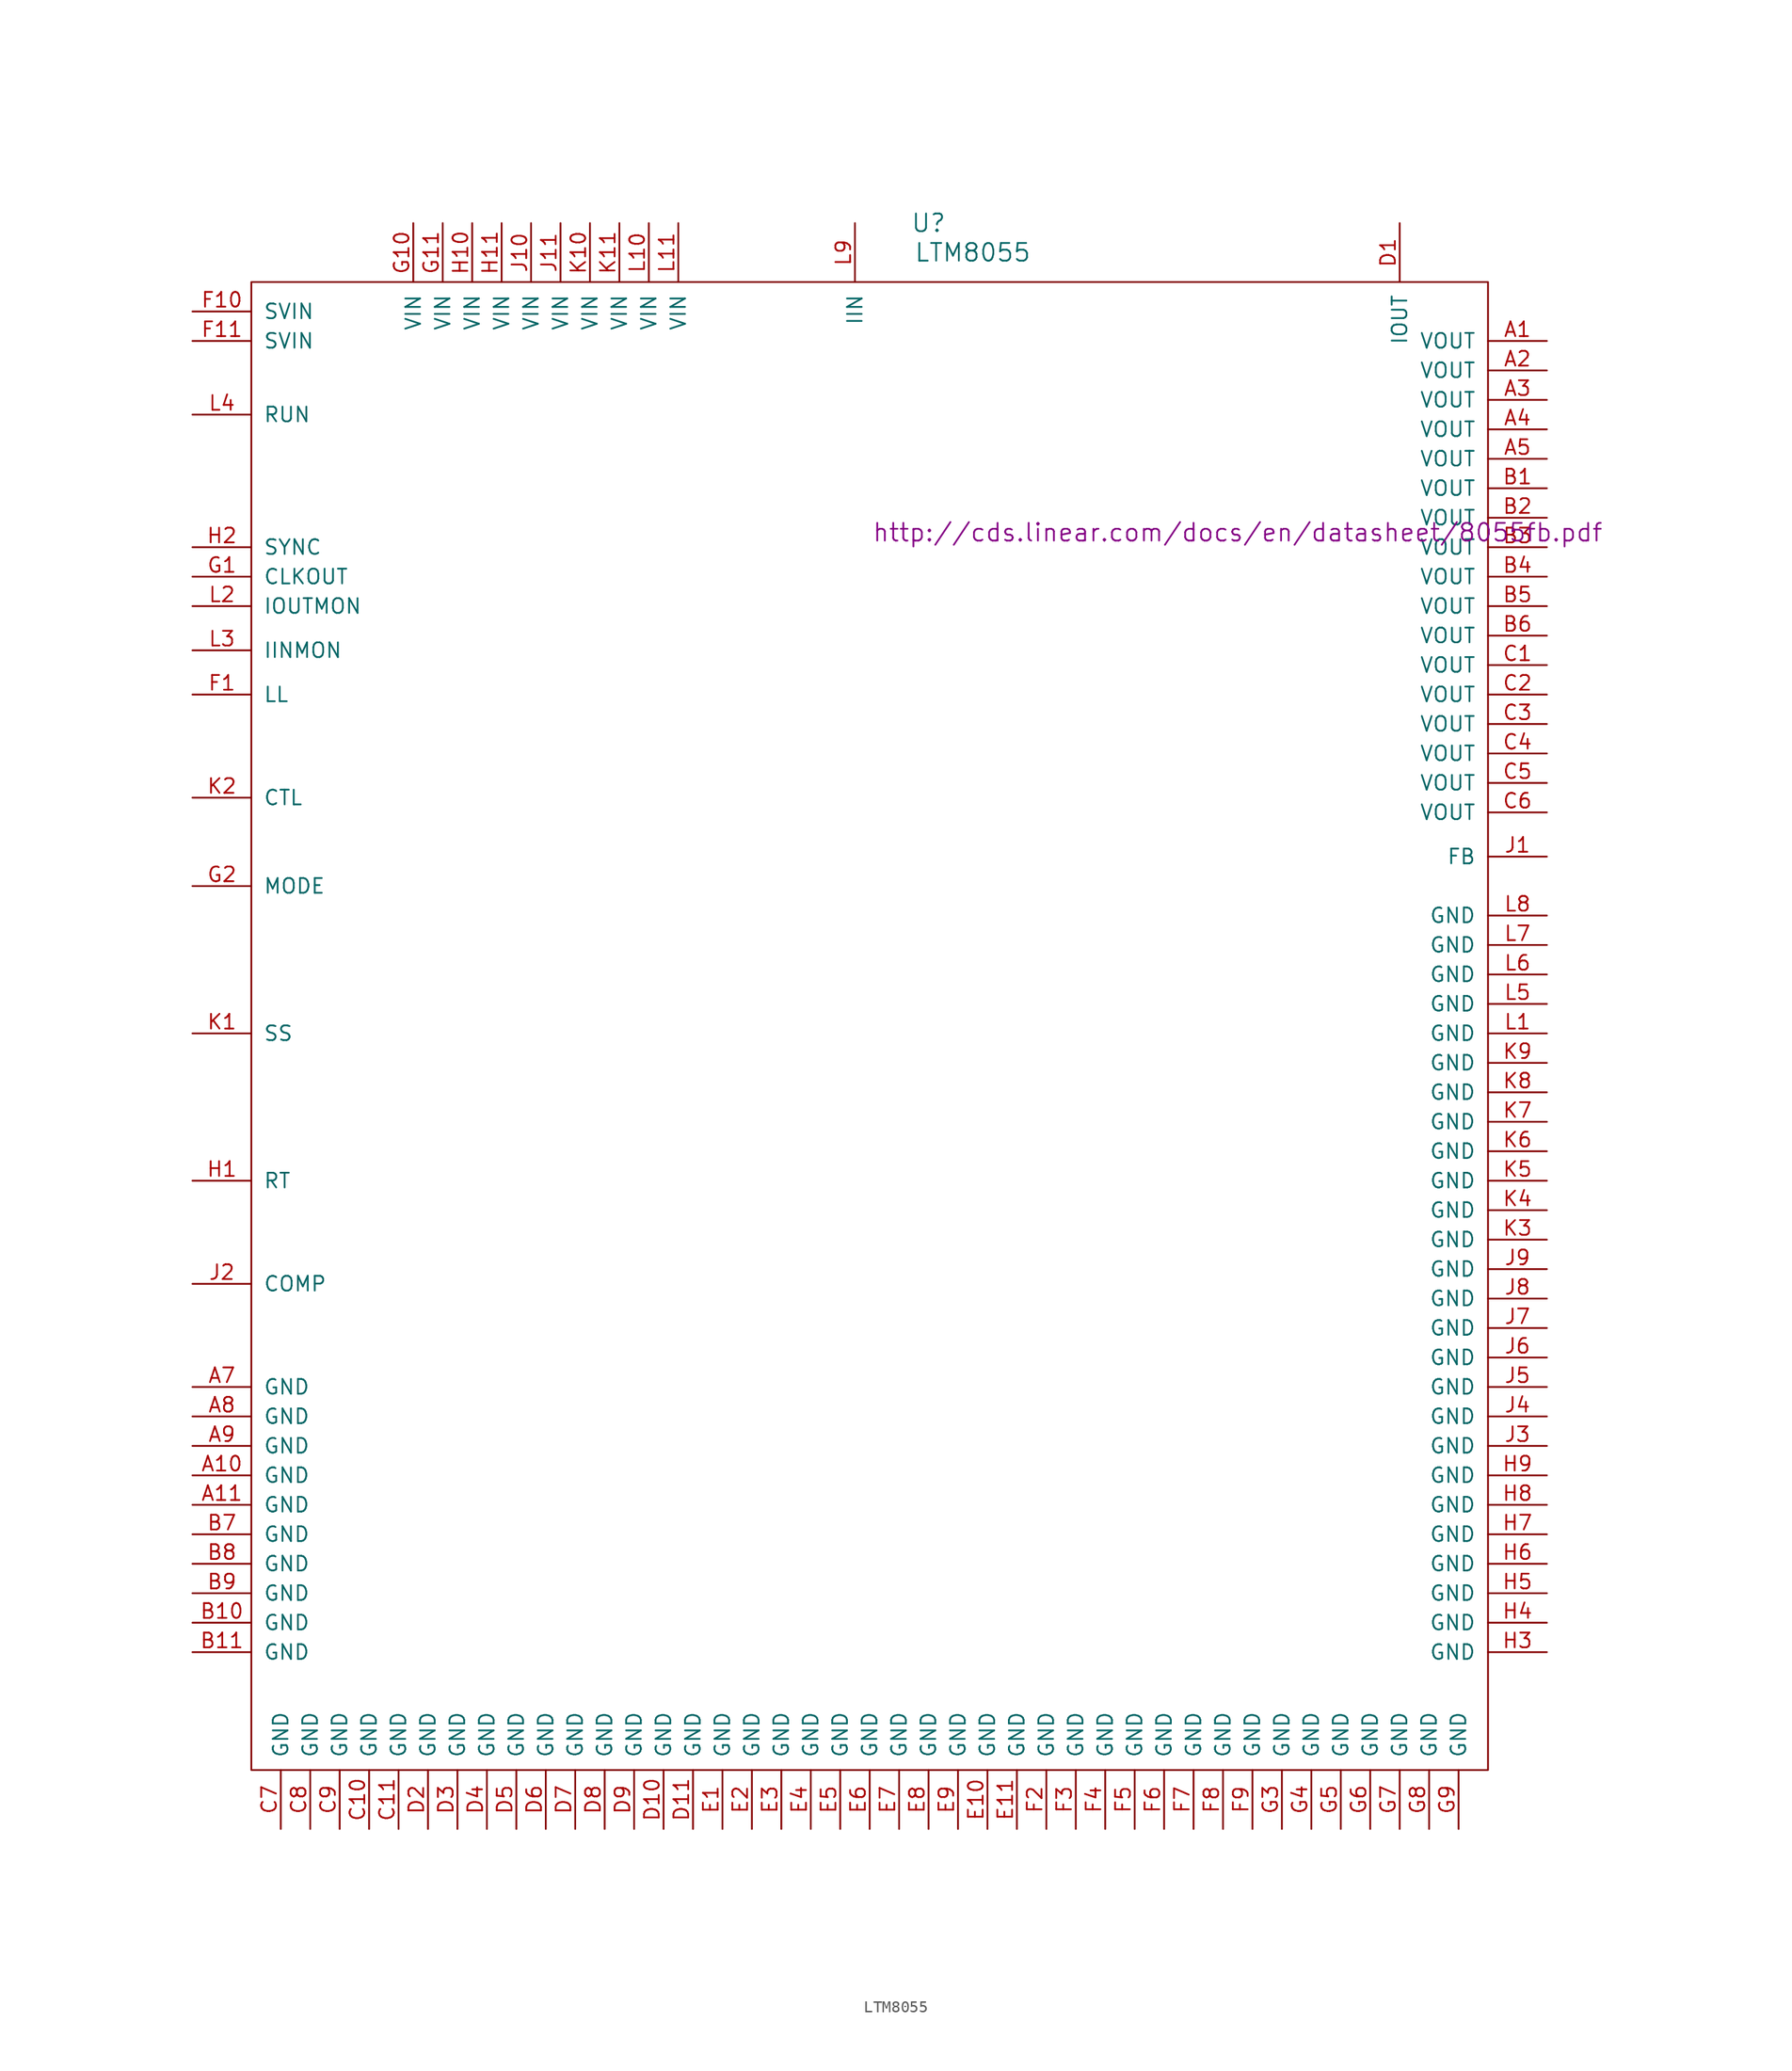
<source format=kicad_sym>
(kicad_symbol_lib
  (version 20220914)
  (generator kicad_symbol_editor)
  (symbol "LTM8055"
    (pin_names
      (offset 1.016))
    (property "Reference" "U"
      (at 5.08 68.58 0)
      (effects (font (size 1.524 1.524))))
    (property "Value" "LTM8055"
      (at 8.89 66.04 0)
      (effects (font (size 1.524 1.524))))
    (property "Footprint" ""
      (at 31.75 41.91 0)
      (effects (font (size 1.524 1.524))))
    (property "Datasheet" "http://cds.linear.com/docs/en/datasheet/8055fb.pdf"
      (at 31.75 41.91 0)
      (effects (font (size 1.524 1.524))))
    (symbol "LTM8055_0_1"
      (rectangle (start -53.34 63.5) (end 53.34 -64.77) (stroke (width 0) (type default)) (fill (type none))))
    (symbol "LTM8055_1_1"
      (pin input line (at 58.42 58.42 180) (length 5.08) (name "VOUT" (effects (font (size 1.27 1.27)))) (number "A1" (effects (font (size 1.27 1.27)))))
      (pin input line (at -58.42 -39.37 0) (length 5.08) (name "GND" (effects (font (size 1.27 1.27)))) (number "A10" (effects (font (size 1.27 1.27)))))
      (pin input line (at -58.42 -41.91 0) (length 5.08) (name "GND" (effects (font (size 1.27 1.27)))) (number "A11" (effects (font (size 1.27 1.27)))))
      (pin input line (at 58.42 55.88 180) (length 5.08) (name "VOUT" (effects (font (size 1.27 1.27)))) (number "A2" (effects (font (size 1.27 1.27)))))
      (pin input line (at 58.42 53.34 180) (length 5.08) (name "VOUT" (effects (font (size 1.27 1.27)))) (number "A3" (effects (font (size 1.27 1.27)))))
      (pin input line (at 58.42 50.8 180) (length 5.08) (name "VOUT" (effects (font (size 1.27 1.27)))) (number "A4" (effects (font (size 1.27 1.27)))))
      (pin input line (at 58.42 48.26 180) (length 5.08) (name "VOUT" (effects (font (size 1.27 1.27)))) (number "A5" (effects (font (size 1.27 1.27)))))
      (pin input line (at -58.42 -31.75 0) (length 5.08) (name "GND" (effects (font (size 1.27 1.27)))) (number "A7" (effects (font (size 1.27 1.27)))))
      (pin input line (at -58.42 -34.29 0) (length 5.08) (name "GND" (effects (font (size 1.27 1.27)))) (number "A8" (effects (font (size 1.27 1.27)))))
      (pin input line (at -58.42 -36.83 0) (length 5.08) (name "GND" (effects (font (size 1.27 1.27)))) (number "A9" (effects (font (size 1.27 1.27)))))
      (pin input line (at 58.42 45.72 180) (length 5.08) (name "VOUT" (effects (font (size 1.27 1.27)))) (number "B1" (effects (font (size 1.27 1.27)))))
      (pin input line (at -58.42 -52.07 0) (length 5.08) (name "GND" (effects (font (size 1.27 1.27)))) (number "B10" (effects (font (size 1.27 1.27)))))
      (pin input line (at -58.42 -54.61 0) (length 5.08) (name "GND" (effects (font (size 1.27 1.27)))) (number "B11" (effects (font (size 1.27 1.27)))))
      (pin input line (at 58.42 43.18 180) (length 5.08) (name "VOUT" (effects (font (size 1.27 1.27)))) (number "B2" (effects (font (size 1.27 1.27)))))
      (pin input line (at 58.42 40.64 180) (length 5.08) (name "VOUT" (effects (font (size 1.27 1.27)))) (number "B3" (effects (font (size 1.27 1.27)))))
      (pin input line (at 58.42 38.1 180) (length 5.08) (name "VOUT" (effects (font (size 1.27 1.27)))) (number "B4" (effects (font (size 1.27 1.27)))))
      (pin input line (at 58.42 35.56 180) (length 5.08) (name "VOUT" (effects (font (size 1.27 1.27)))) (number "B5" (effects (font (size 1.27 1.27)))))
      (pin input line (at 58.42 33.02 180) (length 5.08) (name "VOUT" (effects (font (size 1.27 1.27)))) (number "B6" (effects (font (size 1.27 1.27)))))
      (pin input line (at -58.42 -44.45 0) (length 5.08) (name "GND" (effects (font (size 1.27 1.27)))) (number "B7" (effects (font (size 1.27 1.27)))))
      (pin input line (at -58.42 -46.99 0) (length 5.08) (name "GND" (effects (font (size 1.27 1.27)))) (number "B8" (effects (font (size 1.27 1.27)))))
      (pin input line (at -58.42 -49.53 0) (length 5.08) (name "GND" (effects (font (size 1.27 1.27)))) (number "B9" (effects (font (size 1.27 1.27)))))
      (pin input line (at 58.42 30.48 180) (length 5.08) (name "VOUT" (effects (font (size 1.27 1.27)))) (number "C1" (effects (font (size 1.27 1.27)))))
      (pin input line (at -43.18 -69.85 90) (length 5.08) (name "GND" (effects (font (size 1.27 1.27)))) (number "C10" (effects (font (size 1.27 1.27)))))
      (pin input line (at -40.64 -69.85 90) (length 5.08) (name "GND" (effects (font (size 1.27 1.27)))) (number "C11" (effects (font (size 1.27 1.27)))))
      (pin input line (at 58.42 27.94 180) (length 5.08) (name "VOUT" (effects (font (size 1.27 1.27)))) (number "C2" (effects (font (size 1.27 1.27)))))
      (pin input line (at 58.42 25.4 180) (length 5.08) (name "VOUT" (effects (font (size 1.27 1.27)))) (number "C3" (effects (font (size 1.27 1.27)))))
      (pin input line (at 58.42 22.86 180) (length 5.08) (name "VOUT" (effects (font (size 1.27 1.27)))) (number "C4" (effects (font (size 1.27 1.27)))))
      (pin input line (at 58.42 20.32 180) (length 5.08) (name "VOUT" (effects (font (size 1.27 1.27)))) (number "C5" (effects (font (size 1.27 1.27)))))
      (pin input line (at 58.42 17.78 180) (length 5.08) (name "VOUT" (effects (font (size 1.27 1.27)))) (number "C6" (effects (font (size 1.27 1.27)))))
      (pin input line (at -50.8 -69.85 90) (length 5.08) (name "GND" (effects (font (size 1.27 1.27)))) (number "C7" (effects (font (size 1.27 1.27)))))
      (pin input line (at -48.26 -69.85 90) (length 5.08) (name "GND" (effects (font (size 1.27 1.27)))) (number "C8" (effects (font (size 1.27 1.27)))))
      (pin input line (at -45.72 -69.85 90) (length 5.08) (name "GND" (effects (font (size 1.27 1.27)))) (number "C9" (effects (font (size 1.27 1.27)))))
      (pin input line (at 45.72 68.58 270) (length 5.08) (name "IOUT" (effects (font (size 1.27 1.27)))) (number "D1" (effects (font (size 1.27 1.27)))))
      (pin input line (at -17.78 -69.85 90) (length 5.08) (name "GND" (effects (font (size 1.27 1.27)))) (number "D10" (effects (font (size 1.27 1.27)))))
      (pin input line (at -15.24 -69.85 90) (length 5.08) (name "GND" (effects (font (size 1.27 1.27)))) (number "D11" (effects (font (size 1.27 1.27)))))
      (pin input line (at -38.1 -69.85 90) (length 5.08) (name "GND" (effects (font (size 1.27 1.27)))) (number "D2" (effects (font (size 1.27 1.27)))))
      (pin input line (at -35.56 -69.85 90) (length 5.08) (name "GND" (effects (font (size 1.27 1.27)))) (number "D3" (effects (font (size 1.27 1.27)))))
      (pin input line (at -33.02 -69.85 90) (length 5.08) (name "GND" (effects (font (size 1.27 1.27)))) (number "D4" (effects (font (size 1.27 1.27)))))
      (pin input line (at -30.48 -69.85 90) (length 5.08) (name "GND" (effects (font (size 1.27 1.27)))) (number "D5" (effects (font (size 1.27 1.27)))))
      (pin input line (at -27.94 -69.85 90) (length 5.08) (name "GND" (effects (font (size 1.27 1.27)))) (number "D6" (effects (font (size 1.27 1.27)))))
      (pin input line (at -25.4 -69.85 90) (length 5.08) (name "GND" (effects (font (size 1.27 1.27)))) (number "D7" (effects (font (size 1.27 1.27)))))
      (pin input line (at -22.86 -69.85 90) (length 5.08) (name "GND" (effects (font (size 1.27 1.27)))) (number "D8" (effects (font (size 1.27 1.27)))))
      (pin input line (at -20.32 -69.85 90) (length 5.08) (name "GND" (effects (font (size 1.27 1.27)))) (number "D9" (effects (font (size 1.27 1.27)))))
      (pin input line (at -12.7 -69.85 90) (length 5.08) (name "GND" (effects (font (size 1.27 1.27)))) (number "E1" (effects (font (size 1.27 1.27)))))
      (pin input line (at 10.16 -69.85 90) (length 5.08) (name "GND" (effects (font (size 1.27 1.27)))) (number "E10" (effects (font (size 1.27 1.27)))))
      (pin input line (at 12.7 -69.85 90) (length 5.08) (name "GND" (effects (font (size 1.27 1.27)))) (number "E11" (effects (font (size 1.27 1.27)))))
      (pin input line (at -10.16 -69.85 90) (length 5.08) (name "GND" (effects (font (size 1.27 1.27)))) (number "E2" (effects (font (size 1.27 1.27)))))
      (pin input line (at -7.62 -69.85 90) (length 5.08) (name "GND" (effects (font (size 1.27 1.27)))) (number "E3" (effects (font (size 1.27 1.27)))))
      (pin input line (at -5.08 -69.85 90) (length 5.08) (name "GND" (effects (font (size 1.27 1.27)))) (number "E4" (effects (font (size 1.27 1.27)))))
      (pin input line (at -2.54 -69.85 90) (length 5.08) (name "GND" (effects (font (size 1.27 1.27)))) (number "E5" (effects (font (size 1.27 1.27)))))
      (pin input line (at 0 -69.85 90) (length 5.08) (name "GND" (effects (font (size 1.27 1.27)))) (number "E6" (effects (font (size 1.27 1.27)))))
      (pin input line (at 2.54 -69.85 90) (length 5.08) (name "GND" (effects (font (size 1.27 1.27)))) (number "E7" (effects (font (size 1.27 1.27)))))
      (pin input line (at 5.08 -69.85 90) (length 5.08) (name "GND" (effects (font (size 1.27 1.27)))) (number "E8" (effects (font (size 1.27 1.27)))))
      (pin input line (at 7.62 -69.85 90) (length 5.08) (name "GND" (effects (font (size 1.27 1.27)))) (number "E9" (effects (font (size 1.27 1.27)))))
      (pin input line (at -58.42 27.94 0) (length 5.08) (name "LL" (effects (font (size 1.27 1.27)))) (number "F1" (effects (font (size 1.27 1.27)))))
      (pin input line (at -58.42 60.96 0) (length 5.08) (name "SVIN" (effects (font (size 1.27 1.27)))) (number "F10" (effects (font (size 1.27 1.27)))))
      (pin input line (at -58.42 58.42 0) (length 5.08) (name "SVIN" (effects (font (size 1.27 1.27)))) (number "F11" (effects (font (size 1.27 1.27)))))
      (pin input line (at 15.24 -69.85 90) (length 5.08) (name "GND" (effects (font (size 1.27 1.27)))) (number "F2" (effects (font (size 1.27 1.27)))))
      (pin input line (at 17.78 -69.85 90) (length 5.08) (name "GND" (effects (font (size 1.27 1.27)))) (number "F3" (effects (font (size 1.27 1.27)))))
      (pin input line (at 20.32 -69.85 90) (length 5.08) (name "GND" (effects (font (size 1.27 1.27)))) (number "F4" (effects (font (size 1.27 1.27)))))
      (pin input line (at 22.86 -69.85 90) (length 5.08) (name "GND" (effects (font (size 1.27 1.27)))) (number "F5" (effects (font (size 1.27 1.27)))))
      (pin input line (at 25.4 -69.85 90) (length 5.08) (name "GND" (effects (font (size 1.27 1.27)))) (number "F6" (effects (font (size 1.27 1.27)))))
      (pin input line (at 27.94 -69.85 90) (length 5.08) (name "GND" (effects (font (size 1.27 1.27)))) (number "F7" (effects (font (size 1.27 1.27)))))
      (pin input line (at 30.48 -69.85 90) (length 5.08) (name "GND" (effects (font (size 1.27 1.27)))) (number "F8" (effects (font (size 1.27 1.27)))))
      (pin input line (at 33.02 -69.85 90) (length 5.08) (name "GND" (effects (font (size 1.27 1.27)))) (number "F9" (effects (font (size 1.27 1.27)))))
      (pin input line (at -58.42 38.1 0) (length 5.08) (name "CLKOUT" (effects (font (size 1.27 1.27)))) (number "G1" (effects (font (size 1.27 1.27)))))
      (pin input line (at -39.37 68.58 270) (length 5.08) (name "VIN" (effects (font (size 1.27 1.27)))) (number "G10" (effects (font (size 1.27 1.27)))))
      (pin input line (at -36.83 68.58 270) (length 5.08) (name "VIN" (effects (font (size 1.27 1.27)))) (number "G11" (effects (font (size 1.27 1.27)))))
      (pin input line (at -58.42 11.43 0) (length 5.08) (name "MODE" (effects (font (size 1.27 1.27)))) (number "G2" (effects (font (size 1.27 1.27)))))
      (pin input line (at 35.56 -69.85 90) (length 5.08) (name "GND" (effects (font (size 1.27 1.27)))) (number "G3" (effects (font (size 1.27 1.27)))))
      (pin input line (at 38.1 -69.85 90) (length 5.08) (name "GND" (effects (font (size 1.27 1.27)))) (number "G4" (effects (font (size 1.27 1.27)))))
      (pin input line (at 40.64 -69.85 90) (length 5.08) (name "GND" (effects (font (size 1.27 1.27)))) (number "G5" (effects (font (size 1.27 1.27)))))
      (pin input line (at 43.18 -69.85 90) (length 5.08) (name "GND" (effects (font (size 1.27 1.27)))) (number "G6" (effects (font (size 1.27 1.27)))))
      (pin input line (at 45.72 -69.85 90) (length 5.08) (name "GND" (effects (font (size 1.27 1.27)))) (number "G7" (effects (font (size 1.27 1.27)))))
      (pin input line (at 48.26 -69.85 90) (length 5.08) (name "GND" (effects (font (size 1.27 1.27)))) (number "G8" (effects (font (size 1.27 1.27)))))
      (pin input line (at 50.8 -69.85 90) (length 5.08) (name "GND" (effects (font (size 1.27 1.27)))) (number "G9" (effects (font (size 1.27 1.27)))))
      (pin input line (at -58.42 -13.97 0) (length 5.08) (name "RT" (effects (font (size 1.27 1.27)))) (number "H1" (effects (font (size 1.27 1.27)))))
      (pin input line (at -34.29 68.58 270) (length 5.08) (name "VIN" (effects (font (size 1.27 1.27)))) (number "H10" (effects (font (size 1.27 1.27)))))
      (pin input line (at -31.75 68.58 270) (length 5.08) (name "VIN" (effects (font (size 1.27 1.27)))) (number "H11" (effects (font (size 1.27 1.27)))))
      (pin input line (at -58.42 40.64 0) (length 5.08) (name "SYNC" (effects (font (size 1.27 1.27)))) (number "H2" (effects (font (size 1.27 1.27)))))
      (pin input line (at 58.42 -54.61 180) (length 5.08) (name "GND" (effects (font (size 1.27 1.27)))) (number "H3" (effects (font (size 1.27 1.27)))))
      (pin input line (at 58.42 -52.07 180) (length 5.08) (name "GND" (effects (font (size 1.27 1.27)))) (number "H4" (effects (font (size 1.27 1.27)))))
      (pin input line (at 58.42 -49.53 180) (length 5.08) (name "GND" (effects (font (size 1.27 1.27)))) (number "H5" (effects (font (size 1.27 1.27)))))
      (pin input line (at 58.42 -46.99 180) (length 5.08) (name "GND" (effects (font (size 1.27 1.27)))) (number "H6" (effects (font (size 1.27 1.27)))))
      (pin input line (at 58.42 -44.45 180) (length 5.08) (name "GND" (effects (font (size 1.27 1.27)))) (number "H7" (effects (font (size 1.27 1.27)))))
      (pin input line (at 58.42 -41.91 180) (length 5.08) (name "GND" (effects (font (size 1.27 1.27)))) (number "H8" (effects (font (size 1.27 1.27)))))
      (pin input line (at 58.42 -39.37 180) (length 5.08) (name "GND" (effects (font (size 1.27 1.27)))) (number "H9" (effects (font (size 1.27 1.27)))))
      (pin input line (at 58.42 13.97 180) (length 5.08) (name "FB" (effects (font (size 1.27 1.27)))) (number "J1" (effects (font (size 1.27 1.27)))))
      (pin input line (at -29.21 68.58 270) (length 5.08) (name "VIN" (effects (font (size 1.27 1.27)))) (number "J10" (effects (font (size 1.27 1.27)))))
      (pin input line (at -26.67 68.58 270) (length 5.08) (name "VIN" (effects (font (size 1.27 1.27)))) (number "J11" (effects (font (size 1.27 1.27)))))
      (pin input line (at -58.42 -22.86 0) (length 5.08) (name "COMP" (effects (font (size 1.27 1.27)))) (number "J2" (effects (font (size 1.27 1.27)))))
      (pin input line (at 58.42 -36.83 180) (length 5.08) (name "GND" (effects (font (size 1.27 1.27)))) (number "J3" (effects (font (size 1.27 1.27)))))
      (pin input line (at 58.42 -34.29 180) (length 5.08) (name "GND" (effects (font (size 1.27 1.27)))) (number "J4" (effects (font (size 1.27 1.27)))))
      (pin input line (at 58.42 -31.75 180) (length 5.08) (name "GND" (effects (font (size 1.27 1.27)))) (number "J5" (effects (font (size 1.27 1.27)))))
      (pin input line (at 58.42 -29.21 180) (length 5.08) (name "GND" (effects (font (size 1.27 1.27)))) (number "J6" (effects (font (size 1.27 1.27)))))
      (pin input line (at 58.42 -26.67 180) (length 5.08) (name "GND" (effects (font (size 1.27 1.27)))) (number "J7" (effects (font (size 1.27 1.27)))))
      (pin input line (at 58.42 -24.13 180) (length 5.08) (name "GND" (effects (font (size 1.27 1.27)))) (number "J8" (effects (font (size 1.27 1.27)))))
      (pin input line (at 58.42 -21.59 180) (length 5.08) (name "GND" (effects (font (size 1.27 1.27)))) (number "J9" (effects (font (size 1.27 1.27)))))
      (pin input line (at -58.42 -1.27 0) (length 5.08) (name "SS" (effects (font (size 1.27 1.27)))) (number "K1" (effects (font (size 1.27 1.27)))))
      (pin input line (at -24.13 68.58 270) (length 5.08) (name "VIN" (effects (font (size 1.27 1.27)))) (number "K10" (effects (font (size 1.27 1.27)))))
      (pin input line (at -21.59 68.58 270) (length 5.08) (name "VIN" (effects (font (size 1.27 1.27)))) (number "K11" (effects (font (size 1.27 1.27)))))
      (pin input line (at -58.42 19.05 0) (length 5.08) (name "CTL" (effects (font (size 1.27 1.27)))) (number "K2" (effects (font (size 1.27 1.27)))))
      (pin input line (at 58.42 -19.05 180) (length 5.08) (name "GND" (effects (font (size 1.27 1.27)))) (number "K3" (effects (font (size 1.27 1.27)))))
      (pin input line (at 58.42 -16.51 180) (length 5.08) (name "GND" (effects (font (size 1.27 1.27)))) (number "K4" (effects (font (size 1.27 1.27)))))
      (pin input line (at 58.42 -13.97 180) (length 5.08) (name "GND" (effects (font (size 1.27 1.27)))) (number "K5" (effects (font (size 1.27 1.27)))))
      (pin input line (at 58.42 -11.43 180) (length 5.08) (name "GND" (effects (font (size 1.27 1.27)))) (number "K6" (effects (font (size 1.27 1.27)))))
      (pin input line (at 58.42 -8.89 180) (length 5.08) (name "GND" (effects (font (size 1.27 1.27)))) (number "K7" (effects (font (size 1.27 1.27)))))
      (pin input line (at 58.42 -6.35 180) (length 5.08) (name "GND" (effects (font (size 1.27 1.27)))) (number "K8" (effects (font (size 1.27 1.27)))))
      (pin input line (at 58.42 -3.81 180) (length 5.08) (name "GND" (effects (font (size 1.27 1.27)))) (number "K9" (effects (font (size 1.27 1.27)))))
      (pin input line (at 58.42 -1.27 180) (length 5.08) (name "GND" (effects (font (size 1.27 1.27)))) (number "L1" (effects (font (size 1.27 1.27)))))
      (pin input line (at -19.05 68.58 270) (length 5.08) (name "VIN" (effects (font (size 1.27 1.27)))) (number "L10" (effects (font (size 1.27 1.27)))))
      (pin input line (at -16.51 68.58 270) (length 5.08) (name "VIN" (effects (font (size 1.27 1.27)))) (number "L11" (effects (font (size 1.27 1.27)))))
      (pin input line (at -58.42 35.56 0) (length 5.08) (name "IOUTMON" (effects (font (size 1.27 1.27)))) (number "L2" (effects (font (size 1.27 1.27)))))
      (pin input line (at -58.42 31.75 0) (length 5.08) (name "IINMON" (effects (font (size 1.27 1.27)))) (number "L3" (effects (font (size 1.27 1.27)))))
      (pin input line (at -58.42 52.07 0) (length 5.08) (name "RUN" (effects (font (size 1.27 1.27)))) (number "L4" (effects (font (size 1.27 1.27)))))
      (pin input line (at 58.42 1.27 180) (length 5.08) (name "GND" (effects (font (size 1.27 1.27)))) (number "L5" (effects (font (size 1.27 1.27)))))
      (pin input line (at 58.42 3.81 180) (length 5.08) (name "GND" (effects (font (size 1.27 1.27)))) (number "L6" (effects (font (size 1.27 1.27)))))
      (pin input line (at 58.42 6.35 180) (length 5.08) (name "GND" (effects (font (size 1.27 1.27)))) (number "L7" (effects (font (size 1.27 1.27)))))
      (pin input line (at 58.42 8.89 180) (length 5.08) (name "GND" (effects (font (size 1.27 1.27)))) (number "L8" (effects (font (size 1.27 1.27)))))
      (pin input line (at -1.27 68.58 270) (length 5.08) (name "IIN" (effects (font (size 1.27 1.27)))) (number "L9" (effects (font (size 1.27 1.27))))))))
</source>
